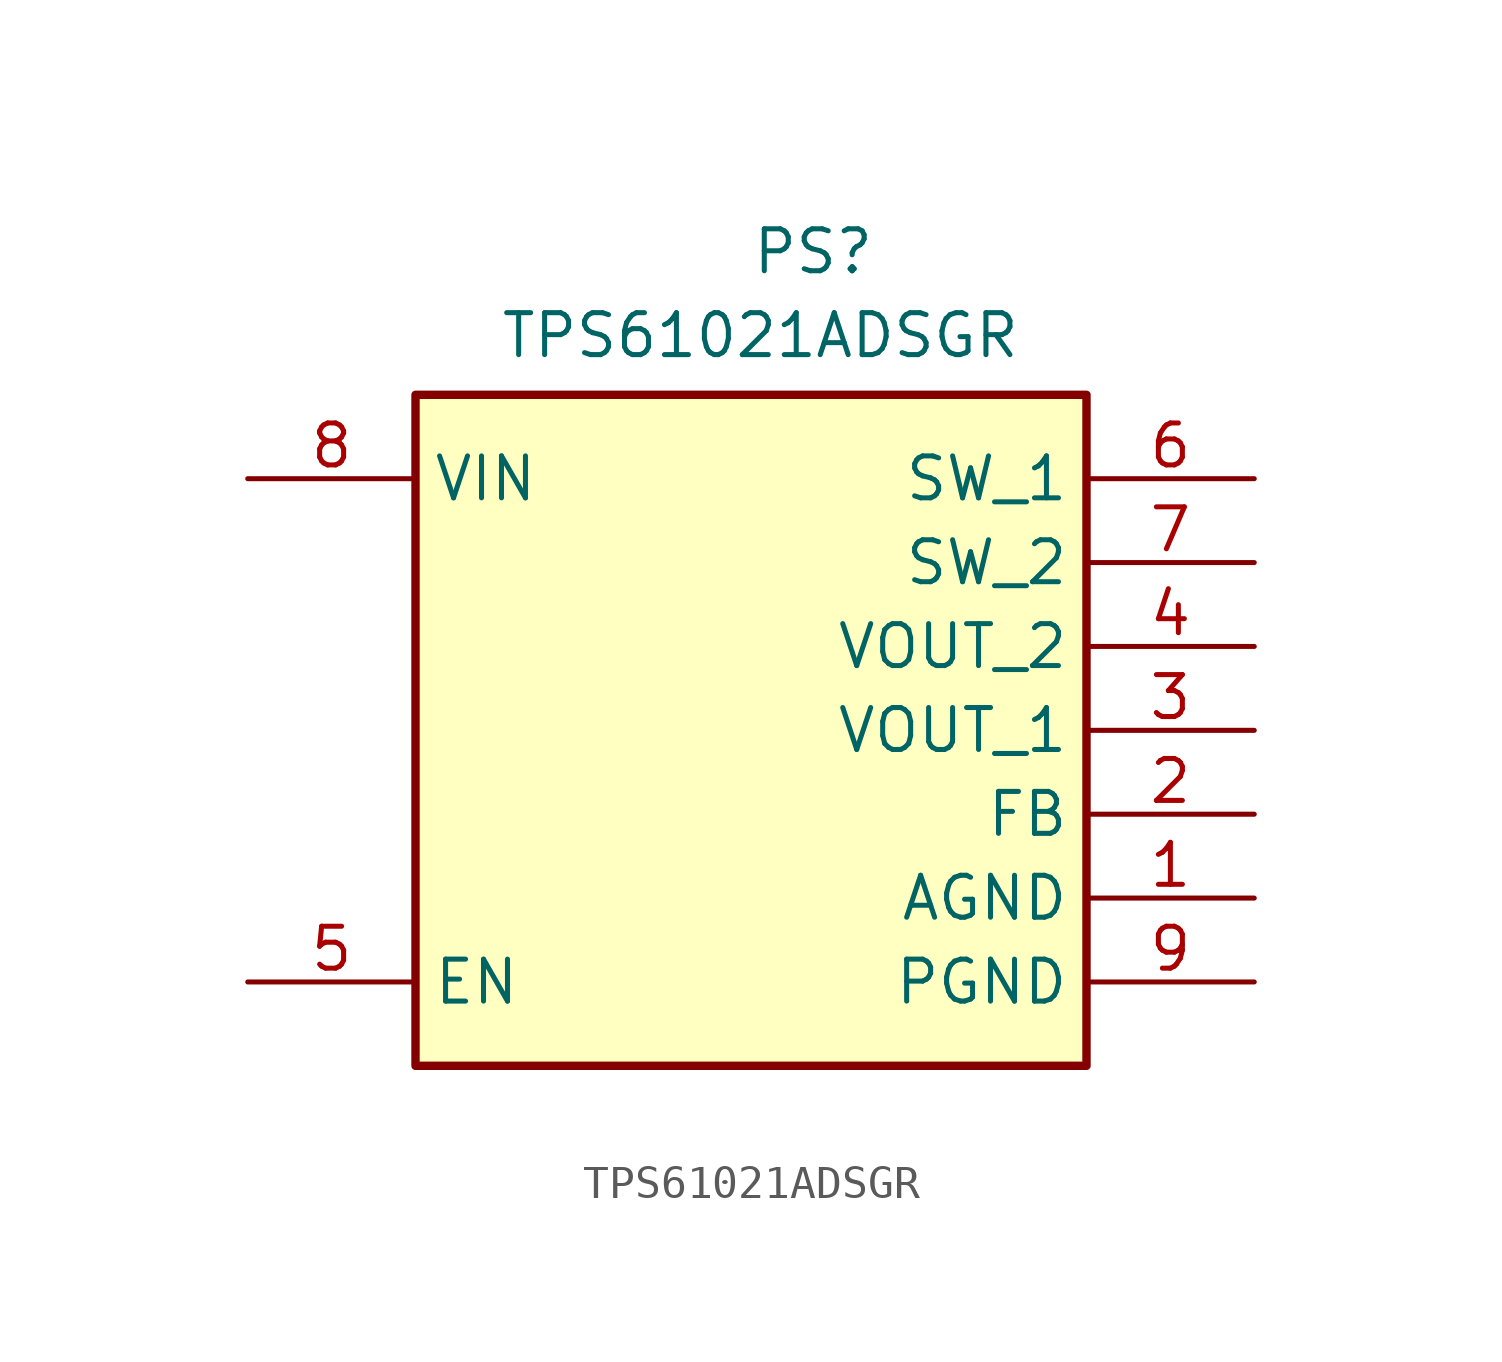
<source format=kicad_sym>
(kicad_symbol_lib
  (version 20220914)
  (generator kicad_symbol_editor)
  (symbol "TPS61021ADSGR"
    (property "Reference" "PS"
      (at 2.54 17.78 0)
      (effects (font (size 1.27 1.27)) (justify left top)))
    (property "Value" "TPS61021ADSGR"
      (at -5.08 15.24 0)
      (effects (font (size 1.27 1.27)) (justify left top)))
    (symbol "TPS61021ADSGR_1_1"
      (rectangle (start -7.62 12.7) (end 12.7 -7.62) (stroke (width 0.254) (type default)) (fill (type background)))
      (pin power_in line (at 17.78 -2.54 180) (length 5.08) (name "AGND" (effects (font (size 1.27 1.27)))) (number "1" (effects (font (size 1.27 1.27)))))
      (pin input line (at 17.78 0 180) (length 5.08) (name "FB" (effects (font (size 1.27 1.27)))) (number "2" (effects (font (size 1.27 1.27)))))
      (pin power_in line (at 17.78 2.54 180) (length 5.08) (name "VOUT_1" (effects (font (size 1.27 1.27)))) (number "3" (effects (font (size 1.27 1.27)))))
      (pin power_in line (at 17.78 5.08 180) (length 5.08) (name "VOUT_2" (effects (font (size 1.27 1.27)))) (number "4" (effects (font (size 1.27 1.27)))))
      (pin input line (at -12.7 -5.08 0) (length 5.08) (name "EN" (effects (font (size 1.27 1.27)))) (number "5" (effects (font (size 1.27 1.27)))))
      (pin power_in line (at 17.78 10.16 180) (length 5.08) (name "SW_1" (effects (font (size 1.27 1.27)))) (number "6" (effects (font (size 1.27 1.27)))))
      (pin power_in line (at 17.78 7.62 180) (length 5.08) (name "SW_2" (effects (font (size 1.27 1.27)))) (number "7" (effects (font (size 1.27 1.27)))))
      (pin input line (at -12.7 10.16 0) (length 5.08) (name "VIN" (effects (font (size 1.27 1.27)))) (number "8" (effects (font (size 1.27 1.27)))))
      (pin power_in line (at 17.78 -5.08 180) (length 5.08) (name "PGND" (effects (font (size 1.27 1.27)))) (number "9" (effects (font (size 1.27 1.27))))))))
</source>
